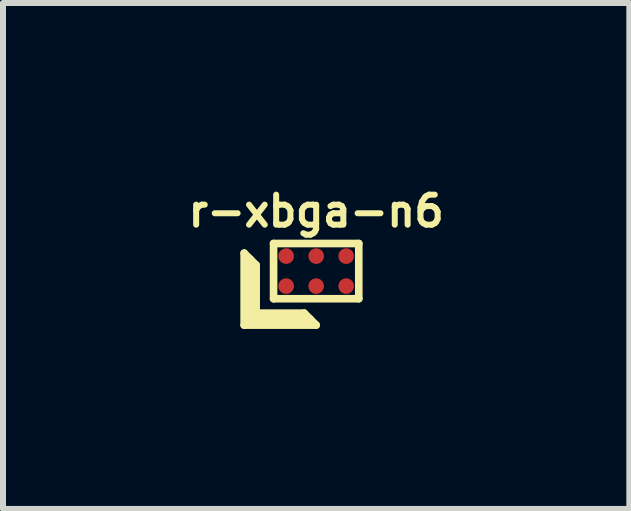
<source format=kicad_pcb>
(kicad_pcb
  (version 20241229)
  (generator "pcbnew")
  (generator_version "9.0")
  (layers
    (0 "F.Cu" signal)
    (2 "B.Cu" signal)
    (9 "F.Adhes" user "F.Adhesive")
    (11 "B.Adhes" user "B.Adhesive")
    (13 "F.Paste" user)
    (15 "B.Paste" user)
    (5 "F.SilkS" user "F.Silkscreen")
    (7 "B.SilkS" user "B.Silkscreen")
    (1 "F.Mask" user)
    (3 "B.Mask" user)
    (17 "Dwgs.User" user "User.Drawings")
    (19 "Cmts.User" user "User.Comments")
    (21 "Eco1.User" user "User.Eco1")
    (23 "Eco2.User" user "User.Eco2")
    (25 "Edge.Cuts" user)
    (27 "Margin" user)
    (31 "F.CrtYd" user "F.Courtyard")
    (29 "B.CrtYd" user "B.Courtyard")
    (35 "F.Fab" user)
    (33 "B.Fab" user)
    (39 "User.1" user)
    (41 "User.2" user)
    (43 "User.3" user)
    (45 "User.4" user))
  (footprint "r-xbga-n6"
    (layer "F.Cu")
    (at 2.219 1.468)
    (property "Reference" "r-xbga-n6" (at 0 -1 0) (layer "F.SilkS") (effects (font (size 0.5 0.5) (thickness 0.1))))
    (attr through_hole)
    (fp_line (start -1.2 -0.3) (end -1 -0.1) (stroke (width 0.127) (type solid)) (layer "F.SilkS"))
    (fp_line (start -1.2 0.9) (end -1.2 -0.3) (stroke (width 0.127) (type solid)) (layer "F.SilkS"))
    (fp_line (start -1.1 -0.2) (end -1.1 0.8) (stroke (width 0.127) (type solid)) (layer "F.SilkS"))
    (fp_line (start -1.1 0.8) (end -0.1 0.8) (stroke (width 0.127) (type solid)) (layer "F.SilkS"))
    (fp_line (start -1 -0.1) (end -1 0.7) (stroke (width 0.127) (type solid)) (layer "F.SilkS"))
    (fp_line (start -1 0.7) (end -0.2 0.7) (stroke (width 0.127) (type solid)) (layer "F.SilkS"))
    (fp_line (start -0.71 -0.46) (end -0.71 0.46) (stroke (width 0.127) (type solid)) (layer "F.SilkS"))
    (fp_line (start -0.71 -0.46) (end 0.71 -0.46) (stroke (width 0.127) (type solid)) (layer "F.SilkS"))
    (fp_line (start -0.71 0.46) (end 0.71 0.46) (stroke (width 0.127) (type solid)) (layer "F.SilkS"))
    (fp_line (start -0.2 0.7) (end 0 0.9) (stroke (width 0.127) (type solid)) (layer "F.SilkS"))
    (fp_line (start 0 0.9) (end -1.2 0.9) (stroke (width 0.127) (type solid)) (layer "F.SilkS"))
    (fp_line (start 0.71 -0.46) (end 0.71 0.46) (stroke (width 0.127) (type solid)) (layer "F.SilkS"))
    (pad "A1" smd circle (at -0.5 0.25) (size 0.26 0.26) (layers "F.Cu" "F.Mask" "F.Paste"))
    (pad "A2" smd circle (at -0.5 -0.25) (size 0.26 0.26) (layers "F.Cu" "F.Mask" "F.Paste"))
    (pad "B1" smd circle (at 0 0.25) (size 0.26 0.26) (layers "F.Cu" "F.Mask" "F.Paste"))
    (pad "B2" smd circle (at 0 -0.25) (size 0.26 0.26) (layers "F.Cu" "F.Mask" "F.Paste"))
    (pad "C1" smd circle (at 0.5 0.25) (size 0.26 0.26) (layers "F.Cu" "F.Mask" "F.Paste"))
    (pad "C2" smd circle (at 0.5 -0.25) (size 0.26 0.26) (layers "F.Cu" "F.Mask" "F.Paste")))
  (gr_rect
    (start -3 -3)
    (end 7.438 5.431)
    (stroke (width 0.1) (type default))
    (fill no)
    (layer "Edge.Cuts")))
</source>
